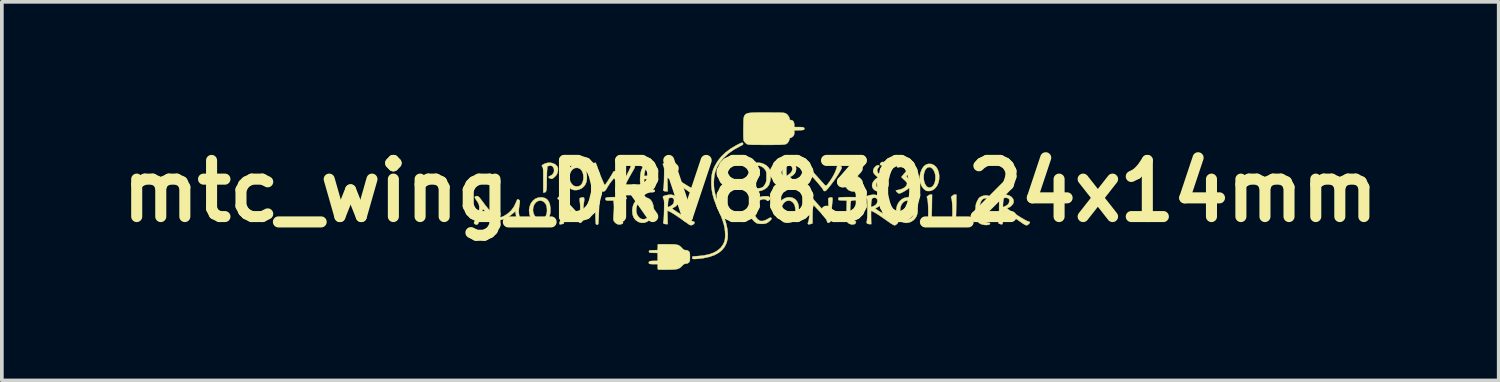
<source format=kicad_pcb>
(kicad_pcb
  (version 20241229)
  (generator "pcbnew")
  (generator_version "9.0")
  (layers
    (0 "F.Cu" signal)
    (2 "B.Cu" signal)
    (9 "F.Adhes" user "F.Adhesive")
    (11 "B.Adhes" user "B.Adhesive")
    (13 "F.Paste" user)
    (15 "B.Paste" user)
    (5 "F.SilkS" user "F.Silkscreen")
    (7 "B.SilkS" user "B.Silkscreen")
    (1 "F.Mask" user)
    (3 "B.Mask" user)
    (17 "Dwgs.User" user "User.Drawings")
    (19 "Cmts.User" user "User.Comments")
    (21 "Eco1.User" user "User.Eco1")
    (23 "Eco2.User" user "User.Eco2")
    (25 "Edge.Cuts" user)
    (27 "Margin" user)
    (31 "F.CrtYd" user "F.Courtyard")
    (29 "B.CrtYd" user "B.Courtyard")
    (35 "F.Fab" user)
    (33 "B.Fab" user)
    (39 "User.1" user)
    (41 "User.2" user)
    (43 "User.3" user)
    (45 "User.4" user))
  (footprint "mtc_wing_DRV8830_24x14mm"
    (layer "F.Cu")
    (at 17.316 2.139)
    (property "Reference" "mtc_wing_DRV8830_24x14mm" (at 0 0 0) (layer "F.SilkS") (effects (font (size 1.524 1.524) (thickness 0.3))))
    (attr through_hole)
    (fp_poly (pts (xy -4.114 0.14) (xy -4.097 0.153) (xy -4.091 0.171) (xy -4.093 0.205) (xy -4.094 0.214) (xy -4.096 0.243) (xy -4.099 0.294) (xy -4.102 0.361) (xy -4.105 0.44) (xy -4.108 0.527) (xy -4.11 0.578) (xy -4.113 0.664) (xy -4.116 0.742) (xy -4.12 0.809) (xy -4.124 0.859) (xy -4.128 0.89) (xy -4.131 0.899) (xy -4.155 0.913) (xy -4.179 0.905) (xy -4.189 0.892) (xy -4.193 0.874) (xy -4.196 0.833) (xy -4.2 0.776) (xy -4.203 0.704) (xy -4.205 0.623) (xy -4.206 0.576) (xy -4.208 0.472) (xy -4.211 0.392) (xy -4.215 0.333) (xy -4.219 0.293) (xy -4.224 0.269) (xy -4.228 0.262) (xy -4.239 0.231) (xy -4.229 0.196) (xy -4.2 0.163) (xy -4.185 0.153) (xy -4.153 0.136) (xy -4.13 0.134) (xy -4.114 0.14)) (stroke (width 0.01) (type solid)) (fill yes) (layer "F.SilkS"))
    (fp_poly (pts (xy 4.934 0.095) (xy 4.93 0.375) (xy 4.929 0.462) (xy 4.927 0.544) (xy 4.925 0.618) (xy 4.923 0.678) (xy 4.92 0.719) (xy 4.92 0.727) (xy 4.912 0.8) (xy 5.005 0.8) (xy 5.067 0.798) (xy 5.133 0.792) (xy 5.178 0.786) (xy 5.223 0.78) (xy 5.256 0.779) (xy 5.27 0.783) (xy 5.274 0.801) (xy 5.268 0.831) (xy 5.266 0.837) (xy 5.251 0.88) (xy 5.044 0.881) (xy 4.836 0.883) (xy 4.819 0.851) (xy 4.809 0.82) (xy 4.817 0.794) (xy 4.818 0.793) (xy 4.823 0.77) (xy 4.828 0.726) (xy 4.83 0.667) (xy 4.831 0.597) (xy 4.831 0.52) (xy 4.829 0.443) (xy 4.826 0.369) (xy 4.821 0.303) (xy 4.816 0.251) (xy 4.81 0.219) (xy 4.791 0.152) (xy 4.83 0.12) (xy 4.871 0.095) (xy 4.901 0.091) (xy 4.934 0.095)) (stroke (width 0.01) (type solid)) (fill yes) (layer "F.SilkS"))
    (fp_poly (pts (xy 5.594 0.095) (xy 5.591 0.368) (xy 5.589 0.455) (xy 5.587 0.538) (xy 5.585 0.613) (xy 5.583 0.673) (xy 5.58 0.715) (xy 5.58 0.721) (xy 5.572 0.8) (xy 5.665 0.8) (xy 5.727 0.798) (xy 5.793 0.792) (xy 5.839 0.786) (xy 5.883 0.78) (xy 5.917 0.779) (xy 5.931 0.783) (xy 5.934 0.801) (xy 5.928 0.831) (xy 5.927 0.837) (xy 5.912 0.88) (xy 5.704 0.881) (xy 5.627 0.882) (xy 5.571 0.881) (xy 5.533 0.88) (xy 5.508 0.877) (xy 5.493 0.871) (xy 5.483 0.863) (xy 5.476 0.853) (xy 5.464 0.826) (xy 5.469 0.802) (xy 5.471 0.799) (xy 5.478 0.776) (xy 5.482 0.732) (xy 5.485 0.673) (xy 5.487 0.603) (xy 5.487 0.527) (xy 5.486 0.449) (xy 5.483 0.375) (xy 5.479 0.31) (xy 5.473 0.258) (xy 5.468 0.228) (xy 5.449 0.159) (xy 5.488 0.123) (xy 5.528 0.096) (xy 5.56 0.091) (xy 5.594 0.095)) (stroke (width 0.01) (type solid)) (fill yes) (layer "F.SilkS"))
    (fp_poly (pts (xy -4.611 -0.713) (xy -4.547 -0.681) (xy -4.496 -0.628) (xy -4.46 -0.556) (xy -4.439 -0.465) (xy -4.435 -0.417) (xy -4.436 -0.322) (xy -4.451 -0.243) (xy -4.481 -0.176) (xy -4.51 -0.136) (xy -4.566 -0.084) (xy -4.635 -0.049) (xy -4.71 -0.03) (xy -4.784 -0.03) (xy -4.845 -0.048) (xy -4.913 -0.094) (xy -4.965 -0.157) (xy -4.999 -0.235) (xy -5.014 -0.326) (xy -5.013 -0.387) (xy -5.009 -0.408) (xy -4.908 -0.408) (xy -4.907 -0.339) (xy -4.888 -0.268) (xy -4.876 -0.24) (xy -4.834 -0.179) (xy -4.783 -0.142) (xy -4.723 -0.127) (xy -4.716 -0.127) (xy -4.671 -0.132) (xy -4.63 -0.144) (xy -4.621 -0.149) (xy -4.58 -0.187) (xy -4.551 -0.242) (xy -4.534 -0.308) (xy -4.528 -0.38) (xy -4.535 -0.452) (xy -4.554 -0.518) (xy -4.585 -0.573) (xy -4.625 -0.609) (xy -4.683 -0.632) (xy -4.738 -0.633) (xy -4.789 -0.615) (xy -4.834 -0.58) (xy -4.87 -0.532) (xy -4.895 -0.474) (xy -4.908 -0.408) (xy -5.009 -0.408) (xy -4.995 -0.485) (xy -4.959 -0.568) (xy -4.907 -0.636) (xy -4.841 -0.686) (xy -4.762 -0.716) (xy -4.689 -0.724) (xy -4.611 -0.713)) (stroke (width 0.01) (type solid)) (fill yes) (layer "F.SilkS"))
    (fp_poly (pts (xy 4.901 -0.74) (xy 4.92 -0.736) (xy 4.988 -0.706) (xy 5.045 -0.655) (xy 5.088 -0.586) (xy 5.117 -0.501) (xy 5.128 -0.418) (xy 5.125 -0.318) (xy 5.105 -0.227) (xy 5.07 -0.148) (xy 5.021 -0.083) (xy 4.962 -0.036) (xy 4.892 -0.008) (xy 4.858 -0.004) (xy 4.816 -0.004) (xy 4.78 -0.01) (xy 4.769 -0.014) (xy 4.703 -0.066) (xy 4.652 -0.136) (xy 4.618 -0.218) (xy 4.6 -0.309) (xy 4.6 -0.402) (xy 4.705 -0.402) (xy 4.709 -0.317) (xy 4.726 -0.237) (xy 4.741 -0.199) (xy 4.776 -0.14) (xy 4.818 -0.106) (xy 4.865 -0.096) (xy 4.917 -0.111) (xy 4.937 -0.122) (xy 4.972 -0.158) (xy 5 -0.212) (xy 5.018 -0.279) (xy 5.026 -0.354) (xy 5.023 -0.429) (xy 5.011 -0.487) (xy 4.984 -0.556) (xy 4.947 -0.608) (xy 4.905 -0.641) (xy 4.861 -0.654) (xy 4.816 -0.645) (xy 4.774 -0.613) (xy 4.739 -0.556) (xy 4.716 -0.483) (xy 4.705 -0.402) (xy 4.6 -0.402) (xy 4.6 -0.405) (xy 4.618 -0.501) (xy 4.656 -0.595) (xy 4.659 -0.601) (xy 4.707 -0.671) (xy 4.764 -0.717) (xy 4.829 -0.74) (xy 4.901 -0.74)) (stroke (width 0.01) (type solid)) (fill yes) (layer "F.SilkS"))
    (fp_poly (pts (xy -2.833 0.171) (xy -2.762 0.194) (xy -2.704 0.237) (xy -2.662 0.301) (xy -2.634 0.382) (xy -2.623 0.482) (xy -2.623 0.495) (xy -2.627 0.584) (xy -2.643 0.654) (xy -2.671 0.712) (xy -2.716 0.765) (xy -2.73 0.778) (xy -2.803 0.831) (xy -2.878 0.858) (xy -2.954 0.86) (xy -3.032 0.837) (xy -3.044 0.831) (xy -3.113 0.784) (xy -3.163 0.721) (xy -3.193 0.641) (xy -3.204 0.546) (xy -3.2 0.491) (xy -3.096 0.491) (xy -3.093 0.569) (xy -3.072 0.637) (xy -3.038 0.693) (xy -2.993 0.734) (xy -2.941 0.758) (xy -2.883 0.762) (xy -2.824 0.744) (xy -2.809 0.736) (xy -2.765 0.695) (xy -2.735 0.636) (xy -2.72 0.561) (xy -2.718 0.527) (xy -2.724 0.444) (xy -2.741 0.378) (xy -2.774 0.323) (xy -2.788 0.307) (xy -2.816 0.279) (xy -2.841 0.265) (xy -2.874 0.261) (xy -2.898 0.26) (xy -2.967 0.271) (xy -3.022 0.302) (xy -3.062 0.354) (xy -3.087 0.426) (xy -3.096 0.491) (xy -3.2 0.491) (xy -3.196 0.444) (xy -3.169 0.355) (xy -3.125 0.281) (xy -3.065 0.223) (xy -2.99 0.185) (xy -2.917 0.169) (xy -2.833 0.171)) (stroke (width 0.01) (type solid)) (fill yes) (layer "F.SilkS"))
    (fp_poly (pts (xy -2.651 -0.771) (xy -2.625 -0.758) (xy -2.616 -0.734) (xy -2.616 -0.73) (xy -2.619 -0.714) (xy -2.63 -0.705) (xy -2.656 -0.699) (xy -2.692 -0.696) (xy -2.751 -0.685) (xy -2.796 -0.661) (xy -2.83 -0.621) (xy -2.855 -0.561) (xy -2.874 -0.48) (xy -2.876 -0.464) (xy -2.884 -0.413) (xy -2.768 -0.417) (xy -2.7 -0.418) (xy -2.657 -0.413) (xy -2.635 -0.404) (xy -2.633 -0.389) (xy -2.65 -0.367) (xy -2.67 -0.353) (xy -2.699 -0.343) (xy -2.743 -0.337) (xy -2.781 -0.334) (xy -2.886 -0.326) (xy -2.877 -0.262) (xy -2.856 -0.181) (xy -2.818 -0.117) (xy -2.764 -0.07) (xy -2.698 -0.044) (xy -2.645 -0.038) (xy -2.61 -0.036) (xy -2.594 -0.029) (xy -2.591 -0.013) (xy -2.595 0.01) (xy -2.6 0.017) (xy -2.63 0.025) (xy -2.675 0.03) (xy -2.725 0.029) (xy -2.757 0.025) (xy -2.84 0.000474) (xy -2.906 -0.043) (xy -2.954 -0.104) (xy -2.974 -0.149) (xy -2.985 -0.201) (xy -2.991 -0.27) (xy -2.991 -0.348) (xy -2.985 -0.428) (xy -2.975 -0.503) (xy -2.96 -0.564) (xy -2.922 -0.649) (xy -2.873 -0.712) (xy -2.811 -0.753) (xy -2.737 -0.773) (xy -2.698 -0.775) (xy -2.651 -0.771)) (stroke (width 0.01) (type solid)) (fill yes) (layer "F.SilkS"))
    (fp_poly (pts (xy 1.151 0.181) (xy 1.214 0.217) (xy 1.224 0.226) (xy 1.267 0.277) (xy 1.296 0.337) (xy 1.313 0.411) (xy 1.318 0.47) (xy 1.318 0.557) (xy 1.309 0.627) (xy 1.287 0.686) (xy 1.253 0.739) (xy 1.197 0.796) (xy 1.128 0.836) (xy 1.054 0.858) (xy 0.978 0.86) (xy 0.908 0.841) (xy 0.907 0.84) (xy 0.843 0.797) (xy 0.794 0.737) (xy 0.76 0.665) (xy 0.741 0.585) (xy 0.74 0.542) (xy 0.847 0.542) (xy 0.863 0.615) (xy 0.897 0.681) (xy 0.94 0.729) (xy 0.989 0.754) (xy 1.047 0.763) (xy 1.104 0.753) (xy 1.13 0.741) (xy 1.159 0.716) (xy 1.187 0.681) (xy 1.195 0.668) (xy 1.216 0.611) (xy 1.225 0.541) (xy 1.222 0.466) (xy 1.208 0.395) (xy 1.197 0.365) (xy 1.16 0.309) (xy 1.112 0.272) (xy 1.057 0.255) (xy 0.999 0.261) (xy 0.951 0.283) (xy 0.9 0.332) (xy 0.865 0.395) (xy 0.847 0.467) (xy 0.847 0.542) (xy 0.74 0.542) (xy 0.739 0.502) (xy 0.753 0.418) (xy 0.783 0.34) (xy 0.831 0.27) (xy 0.863 0.238) (xy 0.931 0.194) (xy 1.005 0.169) (xy 1.08 0.165) (xy 1.151 0.181)) (stroke (width 0.01) (type solid)) (fill yes) (layer "F.SilkS"))
    (fp_poly (pts (xy 2.787 0.162) (xy 2.853 0.164) (xy 2.908 0.167) (xy 2.947 0.17) (xy 2.968 0.175) (xy 2.969 0.176) (xy 2.967 0.203) (xy 2.94 0.224) (xy 2.89 0.24) (xy 2.833 0.248) (xy 2.783 0.252) (xy 2.753 0.258) (xy 2.737 0.266) (xy 2.729 0.279) (xy 2.725 0.296) (xy 2.722 0.322) (xy 2.718 0.368) (xy 2.715 0.428) (xy 2.711 0.498) (xy 2.709 0.541) (xy 2.701 0.747) (xy 2.734 0.78) (xy 2.769 0.805) (xy 2.812 0.813) (xy 2.819 0.813) (xy 2.853 0.815) (xy 2.868 0.824) (xy 2.87 0.835) (xy 2.859 0.87) (xy 2.828 0.895) (xy 2.784 0.905) (xy 2.737 0.902) (xy 2.675 0.878) (xy 2.631 0.836) (xy 2.625 0.827) (xy 2.619 0.812) (xy 2.614 0.791) (xy 2.611 0.76) (xy 2.61 0.716) (xy 2.61 0.656) (xy 2.612 0.575) (xy 2.613 0.524) (xy 2.62 0.255) (xy 2.507 0.251) (xy 2.453 0.249) (xy 2.419 0.246) (xy 2.401 0.241) (xy 2.393 0.231) (xy 2.39 0.218) (xy 2.391 0.189) (xy 2.398 0.175) (xy 2.414 0.171) (xy 2.452 0.167) (xy 2.505 0.164) (xy 2.569 0.162) (xy 2.641 0.161) (xy 2.715 0.161) (xy 2.787 0.162)) (stroke (width 0.01) (type solid)) (fill yes) (layer "F.SilkS"))
    (fp_poly (pts (xy -5.652 0.168) (xy -5.576 0.186) (xy -5.515 0.224) (xy -5.47 0.283) (xy -5.44 0.361) (xy -5.426 0.46) (xy -5.425 0.47) (xy -5.425 0.557) (xy -5.435 0.627) (xy -5.457 0.686) (xy -5.491 0.739) (xy -5.549 0.797) (xy -5.619 0.837) (xy -5.696 0.858) (xy -5.774 0.858) (xy -5.823 0.845) (xy -5.886 0.81) (xy -5.938 0.754) (xy -5.976 0.684) (xy -5.999 0.603) (xy -6.005 0.519) (xy -5.9 0.519) (xy -5.886 0.599) (xy -5.851 0.671) (xy -5.817 0.714) (xy -5.785 0.743) (xy -5.757 0.757) (xy -5.722 0.762) (xy -5.709 0.762) (xy -5.664 0.757) (xy -5.624 0.746) (xy -5.613 0.741) (xy -5.585 0.717) (xy -5.556 0.681) (xy -5.548 0.668) (xy -5.527 0.612) (xy -5.518 0.542) (xy -5.52 0.469) (xy -5.532 0.4) (xy -5.548 0.358) (xy -5.589 0.303) (xy -5.639 0.269) (xy -5.694 0.255) (xy -5.751 0.263) (xy -5.805 0.292) (xy -5.851 0.342) (xy -5.863 0.361) (xy -5.892 0.438) (xy -5.9 0.519) (xy -6.005 0.519) (xy -6.005 0.515) (xy -6.004 0.503) (xy -5.986 0.406) (xy -5.95 0.323) (xy -5.898 0.255) (xy -5.833 0.205) (xy -5.756 0.175) (xy -5.671 0.167) (xy -5.652 0.168)) (stroke (width 0.01) (type solid)) (fill yes) (layer "F.SilkS"))
    (fp_poly (pts (xy 4.343 0.172) (xy 4.411 0.199) (xy 4.466 0.247) (xy 4.508 0.314) (xy 4.535 0.398) (xy 4.544 0.469) (xy 4.544 0.553) (xy 4.532 0.623) (xy 4.507 0.688) (xy 4.484 0.726) (xy 4.435 0.783) (xy 4.373 0.826) (xy 4.302 0.853) (xy 4.229 0.862) (xy 4.159 0.852) (xy 4.14 0.844) (xy 4.072 0.8) (xy 4.019 0.738) (xy 3.982 0.662) (xy 3.964 0.576) (xy 3.964 0.495) (xy 4.068 0.495) (xy 4.074 0.572) (xy 4.076 0.581) (xy 4.092 0.634) (xy 4.118 0.676) (xy 4.146 0.708) (xy 4.179 0.739) (xy 4.205 0.755) (xy 4.235 0.761) (xy 4.265 0.762) (xy 4.31 0.759) (xy 4.343 0.747) (xy 4.374 0.723) (xy 4.409 0.685) (xy 4.431 0.639) (xy 4.442 0.581) (xy 4.443 0.506) (xy 4.442 0.491) (xy 4.434 0.411) (xy 4.416 0.352) (xy 4.389 0.308) (xy 4.352 0.279) (xy 4.295 0.256) (xy 4.238 0.256) (xy 4.186 0.275) (xy 4.141 0.312) (xy 4.104 0.362) (xy 4.079 0.425) (xy 4.068 0.495) (xy 3.964 0.495) (xy 3.964 0.483) (xy 3.982 0.397) (xy 4.013 0.329) (xy 4.061 0.265) (xy 4.119 0.215) (xy 4.18 0.184) (xy 4.266 0.166) (xy 4.343 0.172)) (stroke (width 0.01) (type solid)) (fill yes) (layer "F.SilkS"))
    (fp_poly (pts (xy -5.353 -0.756) (xy -5.291 -0.725) (xy -5.247 -0.68) (xy -5.229 -0.649) (xy -5.221 -0.618) (xy -5.221 -0.576) (xy -5.222 -0.56) (xy -5.235 -0.492) (xy -5.266 -0.433) (xy -5.319 -0.379) (xy -5.341 -0.361) (xy -5.37 -0.34) (xy -5.392 -0.334) (xy -5.418 -0.339) (xy -5.433 -0.345) (xy -5.468 -0.364) (xy -5.478 -0.383) (xy -5.464 -0.4) (xy -5.442 -0.41) (xy -5.385 -0.44) (xy -5.346 -0.485) (xy -5.326 -0.54) (xy -5.33 -0.602) (xy -5.334 -0.616) (xy -5.359 -0.664) (xy -5.395 -0.689) (xy -5.442 -0.692) (xy -5.46 -0.688) (xy -5.508 -0.673) (xy -5.516 -0.576) (xy -5.519 -0.53) (xy -5.521 -0.465) (xy -5.523 -0.388) (xy -5.524 -0.307) (xy -5.525 -0.255) (xy -5.525 -0.162) (xy -5.528 -0.091) (xy -5.533 -0.039) (xy -5.541 -0.004) (xy -5.553 0.019) (xy -5.569 0.031) (xy -5.588 0.035) (xy -5.62 0.039) (xy -5.62 -0.297) (xy -5.62 -0.398) (xy -5.62 -0.478) (xy -5.621 -0.538) (xy -5.623 -0.582) (xy -5.626 -0.612) (xy -5.63 -0.633) (xy -5.635 -0.647) (xy -5.642 -0.657) (xy -5.644 -0.659) (xy -5.658 -0.681) (xy -5.654 -0.701) (xy -5.631 -0.72) (xy -5.586 -0.743) (xy -5.572 -0.749) (xy -5.499 -0.77) (xy -5.424 -0.772) (xy -5.353 -0.756)) (stroke (width 0.01) (type solid)) (fill yes) (layer "F.SilkS"))
    (fp_poly (pts (xy -3.535 0.162) (xy -3.462 0.163) (xy -3.41 0.166) (xy -3.376 0.171) (xy -3.358 0.177) (xy -3.353 0.187) (xy -3.359 0.201) (xy -3.371 0.215) (xy -3.393 0.23) (xy -3.43 0.24) (xy -3.487 0.247) (xy -3.492 0.248) (xy -3.591 0.256) (xy -3.599 0.335) (xy -3.602 0.377) (xy -3.604 0.437) (xy -3.607 0.505) (xy -3.608 0.576) (xy -3.609 0.643) (xy -3.609 0.698) (xy -3.608 0.733) (xy -3.595 0.77) (xy -3.562 0.798) (xy -3.517 0.812) (xy -3.503 0.813) (xy -3.471 0.815) (xy -3.457 0.824) (xy -3.454 0.844) (xy -3.459 0.871) (xy -3.468 0.883) (xy -3.504 0.897) (xy -3.55 0.905) (xy -3.581 0.904) (xy -3.629 0.886) (xy -3.673 0.851) (xy -3.703 0.811) (xy -3.711 0.792) (xy -3.715 0.768) (xy -3.716 0.735) (xy -3.714 0.686) (xy -3.709 0.619) (xy -3.704 0.546) (xy -3.701 0.469) (xy -3.701 0.4) (xy -3.703 0.359) (xy -3.712 0.254) (xy -3.817 0.254) (xy -3.868 0.254) (xy -3.9 0.251) (xy -3.917 0.245) (xy -3.926 0.235) (xy -3.929 0.226) (xy -3.932 0.206) (xy -3.93 0.191) (xy -3.918 0.179) (xy -3.894 0.171) (xy -3.856 0.166) (xy -3.8 0.163) (xy -3.724 0.162) (xy -3.631 0.162) (xy -3.535 0.162)) (stroke (width 0.01) (type solid)) (fill yes) (layer "F.SilkS"))
    (fp_poly (pts (xy 0.461 0.136) (xy 0.493 0.142) (xy 0.516 0.155) (xy 0.519 0.158) (xy 0.542 0.184) (xy 0.542 0.209) (xy 0.519 0.237) (xy 0.517 0.239) (xy 0.488 0.262) (xy 0.465 0.263) (xy 0.441 0.245) (xy 0.438 0.241) (xy 0.403 0.221) (xy 0.357 0.216) (xy 0.304 0.227) (xy 0.252 0.25) (xy 0.206 0.286) (xy 0.186 0.308) (xy 0.139 0.387) (xy 0.112 0.472) (xy 0.105 0.557) (xy 0.119 0.637) (xy 0.127 0.658) (xy 0.16 0.715) (xy 0.202 0.764) (xy 0.248 0.798) (xy 0.274 0.808) (xy 0.336 0.81) (xy 0.407 0.789) (xy 0.473 0.755) (xy 0.514 0.731) (xy 0.539 0.719) (xy 0.554 0.718) (xy 0.567 0.727) (xy 0.569 0.728) (xy 0.578 0.741) (xy 0.576 0.755) (xy 0.561 0.775) (xy 0.532 0.804) (xy 0.485 0.844) (xy 0.438 0.87) (xy 0.425 0.875) (xy 0.371 0.885) (xy 0.308 0.888) (xy 0.247 0.885) (xy 0.196 0.877) (xy 0.171 0.868) (xy 0.107 0.822) (xy 0.055 0.763) (xy 0.029 0.712) (xy 0.015 0.657) (xy 0.008 0.587) (xy 0.009 0.513) (xy 0.017 0.445) (xy 0.025 0.413) (xy 0.063 0.329) (xy 0.121 0.255) (xy 0.193 0.195) (xy 0.275 0.155) (xy 0.282 0.153) (xy 0.321 0.144) (xy 0.372 0.138) (xy 0.411 0.136) (xy 0.461 0.136)) (stroke (width 0.01) (type solid)) (fill yes) (layer "F.SilkS"))
    (fp_poly (pts (xy 6.435 0.115) (xy 6.466 0.126) (xy 6.475 0.137) (xy 6.483 0.165) (xy 6.469 0.183) (xy 6.433 0.19) (xy 6.42 0.191) (xy 6.377 0.193) (xy 6.339 0.201) (xy 6.332 0.203) (xy 6.293 0.231) (xy 6.261 0.281) (xy 6.235 0.353) (xy 6.219 0.432) (xy 6.213 0.476) (xy 6.327 0.472) (xy 6.394 0.471) (xy 6.437 0.476) (xy 6.459 0.485) (xy 6.459 0.501) (xy 6.443 0.522) (xy 6.423 0.536) (xy 6.394 0.546) (xy 6.35 0.552) (xy 6.312 0.555) (xy 6.208 0.563) (xy 6.216 0.621) (xy 6.232 0.687) (xy 6.26 0.747) (xy 6.295 0.795) (xy 6.321 0.816) (xy 6.358 0.831) (xy 6.406 0.843) (xy 6.431 0.847) (xy 6.478 0.856) (xy 6.505 0.869) (xy 6.509 0.886) (xy 6.498 0.899) (xy 6.464 0.913) (xy 6.412 0.919) (xy 6.348 0.915) (xy 6.343 0.914) (xy 6.265 0.895) (xy 6.205 0.861) (xy 6.16 0.81) (xy 6.127 0.743) (xy 6.118 0.713) (xy 6.112 0.678) (xy 6.109 0.632) (xy 6.11 0.57) (xy 6.111 0.524) (xy 6.114 0.454) (xy 6.118 0.402) (xy 6.124 0.363) (xy 6.133 0.33) (xy 6.147 0.296) (xy 6.151 0.286) (xy 6.173 0.243) (xy 6.194 0.205) (xy 6.208 0.186) (xy 6.242 0.159) (xy 6.288 0.137) (xy 6.34 0.121) (xy 6.391 0.114) (xy 6.435 0.115)) (stroke (width 0.01) (type solid)) (fill yes) (layer "F.SilkS"))
    (fp_poly (pts (xy 1.534 -0.764) (xy 1.545 -0.742) (xy 1.559 -0.712) (xy 1.59 -0.665) (xy 1.636 -0.605) (xy 1.697 -0.531) (xy 1.77 -0.446) (xy 1.834 -0.375) (xy 1.883 -0.321) (xy 1.929 -0.27) (xy 1.969 -0.225) (xy 1.998 -0.193) (xy 2.004 -0.186) (xy 2.025 -0.163) (xy 2.042 -0.151) (xy 2.058 -0.151) (xy 2.078 -0.166) (xy 2.105 -0.197) (xy 2.142 -0.246) (xy 2.156 -0.265) (xy 2.21 -0.344) (xy 2.26 -0.43) (xy 2.302 -0.515) (xy 2.332 -0.592) (xy 2.34 -0.62) (xy 2.355 -0.67) (xy 2.37 -0.697) (xy 2.39 -0.705) (xy 2.418 -0.698) (xy 2.434 -0.691) (xy 2.469 -0.669) (xy 2.482 -0.646) (xy 2.482 -0.639) (xy 2.474 -0.611) (xy 2.453 -0.569) (xy 2.422 -0.514) (xy 2.382 -0.45) (xy 2.336 -0.38) (xy 2.287 -0.308) (xy 2.236 -0.237) (xy 2.185 -0.17) (xy 2.138 -0.109) (xy 2.096 -0.06) (xy 2.061 -0.023) (xy 2.037 -0.004) (xy 2.028 -0.001) (xy 2.002 -0.007) (xy 1.997 -0.008) (xy 1.982 -0.025) (xy 1.981 -0.031) (xy 1.973 -0.048) (xy 1.95 -0.081) (xy 1.914 -0.127) (xy 1.869 -0.182) (xy 1.817 -0.243) (xy 1.76 -0.309) (xy 1.701 -0.375) (xy 1.642 -0.438) (xy 1.587 -0.497) (xy 1.559 -0.524) (xy 1.506 -0.578) (xy 1.463 -0.626) (xy 1.43 -0.664) (xy 1.412 -0.69) (xy 1.41 -0.698) (xy 1.42 -0.719) (xy 1.446 -0.743) (xy 1.479 -0.764) (xy 1.51 -0.774) (xy 1.516 -0.775) (xy 1.534 -0.764)) (stroke (width 0.01) (type solid)) (fill yes) (layer "F.SilkS"))
    (fp_poly (pts (xy 4.064 -0.769) (xy 4.111 -0.761) (xy 4.169 -0.746) (xy 4.231 -0.727) (xy 4.288 -0.707) (xy 4.333 -0.689) (xy 4.353 -0.678) (xy 4.375 -0.656) (xy 4.38 -0.628) (xy 4.366 -0.59) (xy 4.334 -0.54) (xy 4.312 -0.512) (xy 4.28 -0.471) (xy 4.256 -0.434) (xy 4.243 -0.41) (xy 4.242 -0.404) (xy 4.251 -0.385) (xy 4.274 -0.357) (xy 4.297 -0.334) (xy 4.331 -0.302) (xy 4.358 -0.271) (xy 4.368 -0.255) (xy 4.377 -0.212) (xy 4.364 -0.163) (xy 4.331 -0.111) (xy 4.3 -0.078) (xy 4.263 -0.049) (xy 4.214 -0.017) (xy 4.162 0.014) (xy 4.111 0.04) (xy 4.068 0.058) (xy 4.041 0.064) (xy 4.018 0.055) (xy 3.989 0.033) (xy 3.984 0.028) (xy 3.962 0.003) (xy 3.95 -0.014) (xy 3.95 -0.016) (xy 3.961 -0.022) (xy 3.99 -0.029) (xy 4.01 -0.032) (xy 4.087 -0.05) (xy 4.154 -0.079) (xy 4.207 -0.115) (xy 4.241 -0.157) (xy 4.254 -0.201) (xy 4.255 -0.203) (xy 4.25 -0.227) (xy 4.234 -0.252) (xy 4.203 -0.285) (xy 4.178 -0.307) (xy 4.143 -0.339) (xy 4.116 -0.366) (xy 4.103 -0.381) (xy 4.102 -0.383) (xy 4.11 -0.396) (xy 4.131 -0.422) (xy 4.16 -0.456) (xy 4.163 -0.459) (xy 4.21 -0.514) (xy 4.245 -0.557) (xy 4.264 -0.588) (xy 4.267 -0.599) (xy 4.256 -0.608) (xy 4.227 -0.62) (xy 4.186 -0.633) (xy 4.141 -0.646) (xy 4.1 -0.655) (xy 4.062 -0.656) (xy 4.031 -0.65) (xy 4.029 -0.649) (xy 4.001 -0.643) (xy 3.984 -0.657) (xy 3.98 -0.689) (xy 3.987 -0.726) (xy 4.002 -0.778) (xy 4.064 -0.769)) (stroke (width 0.01) (type solid)) (fill yes) (layer "F.SilkS"))
    (fp_poly (pts (xy -2.157 1.442) (xy -2.08 1.444) (xy -2.021 1.449) (xy -1.976 1.458) (xy -1.94 1.472) (xy -1.909 1.491) (xy -1.879 1.518) (xy -1.85 1.548) (xy -1.819 1.58) (xy -1.793 1.595) (xy -1.762 1.6) (xy -1.752 1.6) (xy -1.706 1.607) (xy -1.671 1.63) (xy -1.669 1.631) (xy -1.655 1.648) (xy -1.646 1.666) (xy -1.641 1.693) (xy -1.639 1.733) (xy -1.638 1.784) (xy -1.639 1.842) (xy -1.641 1.88) (xy -1.647 1.905) (xy -1.656 1.923) (xy -1.669 1.937) (xy -1.709 1.963) (xy -1.748 1.968) (xy -1.779 1.972) (xy -1.807 1.986) (xy -1.839 2.014) (xy -1.847 2.023) (xy -1.88 2.056) (xy -1.911 2.081) (xy -1.943 2.1) (xy -1.981 2.113) (xy -2.029 2.121) (xy -2.091 2.127) (xy -2.171 2.13) (xy -2.248 2.131) (xy -2.325 2.132) (xy -2.393 2.132) (xy -2.449 2.131) (xy -2.487 2.129) (xy -2.505 2.126) (xy -2.505 2.126) (xy -2.511 2.109) (xy -2.514 2.075) (xy -2.515 2.049) (xy -2.515 1.981) (xy -2.615 1.981) (xy -2.678 1.98) (xy -2.72 1.976) (xy -2.744 1.968) (xy -2.754 1.955) (xy -2.756 1.944) (xy -2.751 1.92) (xy -2.733 1.905) (xy -2.699 1.896) (xy -2.645 1.893) (xy -2.62 1.892) (xy -2.515 1.892) (xy -2.515 1.677) (xy -2.632 1.674) (xy -2.687 1.672) (xy -2.722 1.669) (xy -2.74 1.664) (xy -2.748 1.655) (xy -2.75 1.642) (xy -2.75 1.638) (xy -2.749 1.623) (xy -2.742 1.614) (xy -2.726 1.608) (xy -2.695 1.605) (xy -2.644 1.603) (xy -2.633 1.603) (xy -2.516 1.599) (xy -2.508 1.441) (xy -2.254 1.441) (xy -2.157 1.442)) (stroke (width 0.01) (type solid)) (fill yes) (layer "F.SilkS"))
    (fp_poly (pts (xy 0.286 -0.765) (xy 0.362 -0.74) (xy 0.431 -0.701) (xy 0.487 -0.651) (xy 0.526 -0.595) (xy 0.528 -0.589) (xy 0.547 -0.52) (xy 0.555 -0.437) (xy 0.551 -0.348) (xy 0.536 -0.261) (xy 0.512 -0.185) (xy 0.503 -0.165) (xy 0.458 -0.105) (xy 0.394 -0.056) (xy 0.315 -0.019) (xy 0.225 0.003) (xy 0.128 0.009) (xy 0.06 0.004) (xy 0.027 -0.009) (xy 0.016 -0.032) (xy 0.029 -0.06) (xy 0.032 -0.064) (xy 0.04 -0.075) (xy 0.046 -0.092) (xy 0.05 -0.118) (xy 0.053 -0.157) (xy 0.054 -0.212) (xy 0.055 -0.235) (xy 0.155 -0.235) (xy 0.155 -0.171) (xy 0.156 -0.124) (xy 0.158 -0.096) (xy 0.159 -0.091) (xy 0.175 -0.08) (xy 0.208 -0.077) (xy 0.249 -0.08) (xy 0.292 -0.089) (xy 0.329 -0.103) (xy 0.34 -0.11) (xy 0.366 -0.136) (xy 0.393 -0.174) (xy 0.406 -0.198) (xy 0.421 -0.229) (xy 0.43 -0.26) (xy 0.436 -0.297) (xy 0.438 -0.346) (xy 0.438 -0.396) (xy 0.438 -0.457) (xy 0.436 -0.499) (xy 0.431 -0.528) (xy 0.422 -0.551) (xy 0.407 -0.575) (xy 0.4 -0.586) (xy 0.356 -0.635) (xy 0.304 -0.67) (xy 0.25 -0.69) (xy 0.202 -0.689) (xy 0.159 -0.678) (xy 0.155 -0.393) (xy 0.155 -0.31) (xy 0.155 -0.235) (xy 0.055 -0.235) (xy 0.055 -0.288) (xy 0.056 -0.327) (xy 0.056 -0.429) (xy 0.054 -0.508) (xy 0.051 -0.568) (xy 0.046 -0.61) (xy 0.038 -0.639) (xy 0.027 -0.656) (xy 0.013 -0.664) (xy 0.011 -0.664) (xy -0.009 -0.679) (xy -0.011 -0.694) (xy 0.004 -0.711) (xy 0.036 -0.729) (xy 0.081 -0.747) (xy 0.132 -0.762) (xy 0.181 -0.771) (xy 0.21 -0.774) (xy 0.286 -0.765)) (stroke (width 0.01) (type solid)) (fill yes) (layer "F.SilkS"))
    (fp_poly (pts (xy -0.207 -1.313) (xy -0.203 -1.308) (xy -0.194 -1.289) (xy -0.196 -1.273) (xy -0.212 -1.256) (xy -0.246 -1.236) (xy -0.289 -1.214) (xy -0.453 -1.123) (xy -0.597 -1.02) (xy -0.72 -0.907) (xy -0.822 -0.786) (xy -0.9 -0.656) (xy -0.949 -0.537) (xy -0.97 -0.454) (xy -0.983 -0.355) (xy -0.99 -0.248) (xy -0.988 -0.141) (xy -0.979 -0.044) (xy -0.978 -0.04) (xy -0.956 0.064) (xy -0.922 0.183) (xy -0.876 0.312) (xy -0.822 0.445) (xy -0.793 0.508) (xy -0.715 0.692) (xy -0.659 0.863) (xy -0.624 1.02) (xy -0.61 1.163) (xy -0.617 1.293) (xy -0.646 1.409) (xy -0.697 1.511) (xy -0.768 1.6) (xy -0.861 1.675) (xy -0.975 1.736) (xy -1.111 1.783) (xy -1.268 1.817) (xy -1.351 1.828) (xy -1.411 1.834) (xy -1.467 1.839) (xy -1.511 1.841) (xy -1.524 1.841) (xy -1.557 1.84) (xy -1.571 1.833) (xy -1.573 1.815) (xy -1.572 1.807) (xy -1.568 1.772) (xy -1.429 1.763) (xy -1.261 1.745) (xy -1.114 1.714) (xy -0.989 1.668) (xy -0.885 1.608) (xy -0.801 1.535) (xy -0.738 1.447) (xy -0.71 1.386) (xy -0.695 1.341) (xy -0.686 1.292) (xy -0.682 1.232) (xy -0.681 1.187) (xy -0.685 1.091) (xy -0.697 0.995) (xy -0.719 0.896) (xy -0.752 0.79) (xy -0.797 0.672) (xy -0.856 0.538) (xy -0.865 0.518) (xy -0.934 0.361) (xy -0.986 0.218) (xy -1.024 0.083) (xy -1.047 -0.046) (xy -1.058 -0.176) (xy -1.059 -0.241) (xy -1.055 -0.355) (xy -1.043 -0.452) (xy -1.022 -0.541) (xy -0.989 -0.628) (xy -0.965 -0.679) (xy -0.886 -0.816) (xy -0.787 -0.941) (xy -0.668 -1.054) (xy -0.526 -1.158) (xy -0.362 -1.254) (xy -0.327 -1.272) (xy -0.274 -1.297) (xy -0.239 -1.311) (xy -0.219 -1.316) (xy -0.207 -1.313)) (stroke (width 0.01) (type solid)) (fill yes) (layer "F.SilkS"))
    (fp_poly (pts (xy 3.641 -0.784) (xy 3.687 -0.754) (xy 3.693 -0.748) (xy 3.736 -0.694) (xy 3.754 -0.64) (xy 3.748 -0.583) (xy 3.717 -0.523) (xy 3.672 -0.469) (xy 3.612 -0.407) (xy 3.661 -0.374) (xy 3.717 -0.325) (xy 3.75 -0.265) (xy 3.759 -0.206) (xy 3.748 -0.136) (xy 3.716 -0.078) (xy 3.667 -0.033) (xy 3.604 -0.003) (xy 3.529 0.01) (xy 3.446 0.003) (xy 3.431 -0.000038) (xy 3.393 -0.016) (xy 3.356 -0.042) (xy 3.35 -0.048) (xy 3.316 -0.097) (xy 3.305 -0.154) (xy 3.305 -0.155) (xy 3.417 -0.155) (xy 3.432 -0.113) (xy 3.464 -0.082) (xy 3.514 -0.066) (xy 3.539 -0.064) (xy 3.581 -0.074) (xy 3.617 -0.101) (xy 3.643 -0.133) (xy 3.661 -0.166) (xy 3.663 -0.172) (xy 3.661 -0.212) (xy 3.64 -0.255) (xy 3.603 -0.296) (xy 3.574 -0.318) (xy 3.529 -0.346) (xy 3.491 -0.31) (xy 3.446 -0.256) (xy 3.422 -0.204) (xy 3.417 -0.155) (xy 3.305 -0.155) (xy 3.315 -0.213) (xy 3.347 -0.272) (xy 3.398 -0.326) (xy 3.408 -0.333) (xy 3.463 -0.375) (xy 3.403 -0.428) (xy 3.358 -0.477) (xy 3.336 -0.523) (xy 3.336 -0.571) (xy 3.348 -0.605) (xy 3.374 -0.646) (xy 3.409 -0.679) (xy 3.445 -0.701) (xy 3.476 -0.706) (xy 3.479 -0.705) (xy 3.5 -0.693) (xy 3.502 -0.675) (xy 3.485 -0.647) (xy 3.473 -0.633) (xy 3.446 -0.586) (xy 3.444 -0.54) (xy 3.467 -0.496) (xy 3.481 -0.481) (xy 3.508 -0.458) (xy 3.528 -0.447) (xy 3.546 -0.452) (xy 3.57 -0.473) (xy 3.604 -0.512) (xy 3.636 -0.56) (xy 3.645 -0.601) (xy 3.637 -0.646) (xy 3.616 -0.68) (xy 3.587 -0.698) (xy 3.578 -0.699) (xy 3.546 -0.704) (xy 3.531 -0.711) (xy 3.52 -0.723) (xy 3.523 -0.742) (xy 3.53 -0.754) (xy 3.558 -0.785) (xy 3.597 -0.795) (xy 3.641 -0.784)) (stroke (width 0.01) (type solid)) (fill yes) (layer "F.SilkS"))
    (fp_poly (pts (xy -2.137 0.096) (xy -2.135 0.096) (xy -2.068 0.116) (xy -2.012 0.15) (xy -1.971 0.195) (xy -1.949 0.246) (xy -1.948 0.295) (xy -1.971 0.354) (xy -2.015 0.405) (xy -2.071 0.44) (xy -2.101 0.455) (xy -2.119 0.468) (xy -2.121 0.471) (xy -2.111 0.481) (xy -2.084 0.501) (xy -2.045 0.528) (xy -2.016 0.547) (xy -1.903 0.619) (xy -1.809 0.678) (xy -1.733 0.726) (xy -1.672 0.762) (xy -1.625 0.788) (xy -1.59 0.806) (xy -1.566 0.816) (xy -1.557 0.818) (xy -1.522 0.832) (xy -1.511 0.853) (xy -1.524 0.881) (xy -1.545 0.901) (xy -1.588 0.923) (xy -1.631 0.921) (xy -1.664 0.904) (xy -1.796 0.809) (xy -1.91 0.73) (xy -2.005 0.665) (xy -2.083 0.615) (xy -2.145 0.577) (xy -2.191 0.552) (xy -2.221 0.54) (xy -2.251 0.531) (xy -2.242 0.895) (xy -2.289 0.894) (xy -2.336 0.887) (xy -2.361 0.87) (xy -2.364 0.841) (xy -2.359 0.828) (xy -2.354 0.804) (xy -2.35 0.757) (xy -2.345 0.693) (xy -2.342 0.612) (xy -2.34 0.521) (xy -2.338 0.429) (xy -2.338 0.404) (xy -2.238 0.404) (xy -2.236 0.424) (xy -2.229 0.431) (xy -2.225 0.432) (xy -2.212 0.426) (xy -2.183 0.412) (xy -2.159 0.399) (xy -2.11 0.365) (xy -2.082 0.325) (xy -2.071 0.273) (xy -2.07 0.254) (xy -2.077 0.212) (xy -2.101 0.187) (xy -2.143 0.178) (xy -2.155 0.178) (xy -2.186 0.181) (xy -2.207 0.191) (xy -2.22 0.214) (xy -2.228 0.253) (xy -2.234 0.31) (xy -2.238 0.367) (xy -2.238 0.404) (xy -2.338 0.404) (xy -2.337 0.359) (xy -2.338 0.307) (xy -2.34 0.269) (xy -2.344 0.242) (xy -2.349 0.223) (xy -2.356 0.207) (xy -2.369 0.175) (xy -2.372 0.15) (xy -2.371 0.148) (xy -2.355 0.135) (xy -2.32 0.121) (xy -2.274 0.109) (xy -2.223 0.1) (xy -2.175 0.095) (xy -2.137 0.096)) (stroke (width 0.01) (type solid)) (fill yes) (layer "F.SilkS"))
    (fp_poly (pts (xy 1.621 0.123) (xy 1.647 0.148) (xy 1.682 0.186) (xy 1.723 0.232) (xy 1.735 0.244) (xy 1.789 0.306) (xy 1.853 0.378) (xy 1.918 0.45) (xy 1.974 0.512) (xy 2.024 0.566) (xy 2.06 0.602) (xy 2.085 0.624) (xy 2.1 0.633) (xy 2.11 0.631) (xy 2.112 0.628) (xy 2.116 0.609) (xy 2.119 0.569) (xy 2.121 0.514) (xy 2.122 0.448) (xy 2.121 0.377) (xy 2.12 0.306) (xy 2.118 0.24) (xy 2.117 0.236) (xy 2.117 0.203) (xy 2.126 0.186) (xy 2.151 0.177) (xy 2.163 0.174) (xy 2.196 0.168) (xy 2.218 0.171) (xy 2.23 0.186) (xy 2.233 0.216) (xy 2.23 0.266) (xy 2.223 0.321) (xy 2.217 0.386) (xy 2.21 0.466) (xy 2.205 0.551) (xy 2.202 0.629) (xy 2.2 0.699) (xy 2.198 0.749) (xy 2.195 0.783) (xy 2.189 0.804) (xy 2.181 0.819) (xy 2.169 0.831) (xy 2.165 0.835) (xy 2.132 0.858) (xy 2.108 0.859) (xy 2.09 0.837) (xy 2.082 0.816) (xy 2.073 0.791) (xy 2.061 0.766) (xy 2.043 0.739) (xy 2.017 0.705) (xy 1.982 0.663) (xy 1.934 0.609) (xy 1.871 0.54) (xy 1.858 0.526) (xy 1.708 0.364) (xy 1.7 0.42) (xy 1.696 0.453) (xy 1.694 0.504) (xy 1.692 0.57) (xy 1.69 0.642) (xy 1.69 0.675) (xy 1.689 0.874) (xy 1.649 0.888) (xy 1.602 0.9) (xy 1.573 0.898) (xy 1.562 0.881) (xy 1.562 0.876) (xy 1.568 0.846) (xy 1.581 0.814) (xy 1.587 0.79) (xy 1.594 0.745) (xy 1.601 0.685) (xy 1.607 0.616) (xy 1.612 0.542) (xy 1.615 0.469) (xy 1.618 0.402) (xy 1.618 0.346) (xy 1.616 0.306) (xy 1.614 0.294) (xy 1.593 0.261) (xy 1.558 0.237) (xy 1.529 0.219) (xy 1.513 0.201) (xy 1.511 0.196) (xy 1.521 0.179) (xy 1.544 0.155) (xy 1.573 0.133) (xy 1.598 0.117) (xy 1.609 0.114) (xy 1.621 0.123)) (stroke (width 0.01) (type solid)) (fill yes) (layer "F.SilkS"))
    (fp_poly (pts (xy -2.137 -0.793) (xy -2.135 -0.793) (xy -2.07 -0.773) (xy -2.013 -0.74) (xy -1.971 -0.697) (xy -1.963 -0.685) (xy -1.947 -0.63) (xy -1.953 -0.574) (xy -1.98 -0.521) (xy -2.025 -0.475) (xy -2.071 -0.449) (xy -2.101 -0.434) (xy -2.119 -0.421) (xy -2.121 -0.418) (xy -2.111 -0.408) (xy -2.084 -0.388) (xy -2.045 -0.361) (xy -2.016 -0.342) (xy -1.903 -0.27) (xy -1.809 -0.211) (xy -1.733 -0.163) (xy -1.672 -0.127) (xy -1.625 -0.101) (xy -1.59 -0.083) (xy -1.566 -0.073) (xy -1.557 -0.071) (xy -1.522 -0.057) (xy -1.511 -0.036) (xy -1.524 -0.008) (xy -1.545 0.012) (xy -1.588 0.034) (xy -1.631 0.032) (xy -1.664 0.015) (xy -1.796 -0.079) (xy -1.908 -0.158) (xy -2.003 -0.222) (xy -2.081 -0.273) (xy -2.142 -0.311) (xy -2.188 -0.336) (xy -2.22 -0.349) (xy -2.221 -0.35) (xy -2.251 -0.358) (xy -2.242 0.006) (xy -2.289 0.005) (xy -2.336 -0.002) (xy -2.361 -0.019) (xy -2.364 -0.048) (xy -2.359 -0.061) (xy -2.354 -0.085) (xy -2.35 -0.132) (xy -2.345 -0.196) (xy -2.342 -0.277) (xy -2.34 -0.368) (xy -2.338 -0.46) (xy -2.338 -0.485) (xy -2.238 -0.485) (xy -2.236 -0.465) (xy -2.229 -0.458) (xy -2.225 -0.457) (xy -2.212 -0.463) (xy -2.183 -0.477) (xy -2.159 -0.49) (xy -2.11 -0.524) (xy -2.082 -0.564) (xy -2.071 -0.616) (xy -2.07 -0.635) (xy -2.077 -0.677) (xy -2.101 -0.702) (xy -2.143 -0.711) (xy -2.155 -0.711) (xy -2.186 -0.708) (xy -2.207 -0.698) (xy -2.22 -0.675) (xy -2.228 -0.636) (xy -2.234 -0.579) (xy -2.238 -0.522) (xy -2.238 -0.485) (xy -2.338 -0.485) (xy -2.337 -0.53) (xy -2.338 -0.582) (xy -2.34 -0.62) (xy -2.344 -0.647) (xy -2.349 -0.666) (xy -2.356 -0.682) (xy -2.369 -0.714) (xy -2.372 -0.739) (xy -2.371 -0.741) (xy -2.355 -0.754) (xy -2.32 -0.768) (xy -2.274 -0.78) (xy -2.223 -0.789) (xy -2.175 -0.794) (xy -2.137 -0.793)) (stroke (width 0.01) (type solid)) (fill yes) (layer "F.SilkS"))
    (fp_poly (pts (xy 1.162 -0.777) (xy 1.206 -0.74) (xy 1.234 -0.686) (xy 1.245 -0.615) (xy 1.245 -0.612) (xy 1.235 -0.537) (xy 1.204 -0.476) (xy 1.152 -0.427) (xy 1.113 -0.404) (xy 1.077 -0.385) (xy 1.23 -0.226) (xy 1.285 -0.169) (xy 1.325 -0.127) (xy 1.351 -0.097) (xy 1.366 -0.076) (xy 1.371 -0.061) (xy 1.37 -0.05) (xy 1.364 -0.04) (xy 1.346 -0.02) (xy 1.327 -0.012) (xy 1.304 -0.018) (xy 1.274 -0.037) (xy 1.235 -0.073) (xy 1.184 -0.127) (xy 1.15 -0.164) (xy 1.092 -0.227) (xy 1.049 -0.273) (xy 1.017 -0.303) (xy 0.994 -0.321) (xy 0.977 -0.329) (xy 0.971 -0.33) (xy 0.969 -0.318) (xy 0.967 -0.286) (xy 0.966 -0.237) (xy 0.965 -0.177) (xy 0.965 -0.165) (xy 0.965 -0.098) (xy 0.964 -0.052) (xy 0.962 -0.023) (xy 0.957 -0.008) (xy 0.95 -0.002) (xy 0.939 -0.001) (xy 0.937 -0.001) (xy 0.9 -0.006) (xy 0.881 -0.013) (xy 0.855 -0.027) (xy 0.846 -0.046) (xy 0.851 -0.078) (xy 0.857 -0.096) (xy 0.865 -0.129) (xy 0.87 -0.18) (xy 0.874 -0.243) (xy 0.877 -0.314) (xy 0.877 -0.388) (xy 0.876 -0.46) (xy 0.874 -0.521) (xy 0.978 -0.521) (xy 0.98 -0.476) (xy 0.983 -0.44) (xy 0.987 -0.421) (xy 0.989 -0.419) (xy 1.004 -0.426) (xy 1.033 -0.444) (xy 1.052 -0.457) (xy 1.102 -0.503) (xy 1.133 -0.554) (xy 1.143 -0.605) (xy 1.132 -0.652) (xy 1.112 -0.68) (xy 1.087 -0.701) (xy 1.068 -0.711) (xy 1.067 -0.711) (xy 1.04 -0.704) (xy 1.009 -0.687) (xy 0.988 -0.668) (xy 0.988 -0.668) (xy 0.983 -0.65) (xy 0.98 -0.614) (xy 0.979 -0.569) (xy 0.978 -0.521) (xy 0.874 -0.521) (xy 0.874 -0.525) (xy 0.87 -0.58) (xy 0.864 -0.618) (xy 0.857 -0.636) (xy 0.842 -0.66) (xy 0.849 -0.688) (xy 0.876 -0.718) (xy 0.919 -0.746) (xy 0.975 -0.771) (xy 1.035 -0.788) (xy 1.104 -0.794) (xy 1.162 -0.777)) (stroke (width 0.01) (type solid)) (fill yes) (layer "F.SilkS"))
    (fp_poly (pts (xy 2.943 -0.779) (xy 2.984 -0.75) (xy 3.018 -0.709) (xy 3.041 -0.663) (xy 3.048 -0.622) (xy 3.044 -0.587) (xy 3.03 -0.554) (xy 3.004 -0.515) (xy 2.961 -0.467) (xy 2.954 -0.46) (xy 2.926 -0.429) (xy 2.913 -0.41) (xy 2.915 -0.399) (xy 2.925 -0.392) (xy 2.99 -0.345) (xy 3.033 -0.29) (xy 3.054 -0.23) (xy 3.053 -0.169) (xy 3.027 -0.108) (xy 3.006 -0.08) (xy 2.944 -0.027) (xy 2.873 0.003) (xy 2.792 0.009) (xy 2.734 0.000369) (xy 2.67 -0.026) (xy 2.624 -0.068) (xy 2.608 -0.098) (xy 2.594 -0.149) (xy 2.596 -0.17) (xy 2.705 -0.17) (xy 2.717 -0.128) (xy 2.747 -0.093) (xy 2.791 -0.07) (xy 2.828 -0.064) (xy 2.863 -0.069) (xy 2.894 -0.087) (xy 2.916 -0.109) (xy 2.949 -0.154) (xy 2.959 -0.19) (xy 2.949 -0.229) (xy 2.922 -0.27) (xy 2.884 -0.307) (xy 2.859 -0.323) (xy 2.831 -0.334) (xy 2.81 -0.329) (xy 2.797 -0.32) (xy 2.757 -0.28) (xy 2.725 -0.234) (xy 2.707 -0.188) (xy 2.705 -0.17) (xy 2.596 -0.17) (xy 2.599 -0.196) (xy 2.623 -0.244) (xy 2.669 -0.297) (xy 2.678 -0.306) (xy 2.75 -0.377) (xy 2.69 -0.433) (xy 2.656 -0.467) (xy 2.638 -0.492) (xy 2.63 -0.518) (xy 2.629 -0.543) (xy 2.634 -0.586) (xy 2.653 -0.622) (xy 2.669 -0.641) (xy 2.71 -0.683) (xy 2.744 -0.704) (xy 2.772 -0.704) (xy 2.774 -0.703) (xy 2.792 -0.686) (xy 2.789 -0.659) (xy 2.768 -0.628) (xy 2.762 -0.622) (xy 2.736 -0.586) (xy 2.734 -0.547) (xy 2.757 -0.506) (xy 2.774 -0.488) (xy 2.801 -0.462) (xy 2.822 -0.447) (xy 2.828 -0.445) (xy 2.848 -0.454) (xy 2.873 -0.48) (xy 2.9 -0.514) (xy 2.921 -0.549) (xy 2.925 -0.559) (xy 2.936 -0.608) (xy 2.93 -0.651) (xy 2.909 -0.682) (xy 2.886 -0.694) (xy 2.841 -0.707) (xy 2.819 -0.722) (xy 2.816 -0.74) (xy 2.82 -0.75) (xy 2.842 -0.776) (xy 2.863 -0.789) (xy 2.901 -0.794) (xy 2.943 -0.779)) (stroke (width 0.01) (type solid)) (fill yes) (layer "F.SilkS"))
    (fp_poly (pts (xy -5.12 0.123) (xy -5.095 0.148) (xy -5.062 0.183) (xy -5.041 0.206) (xy -4.984 0.273) (xy -4.923 0.341) (xy -4.863 0.408) (xy -4.805 0.471) (xy -4.752 0.528) (xy -4.706 0.576) (xy -4.67 0.613) (xy -4.646 0.636) (xy -4.636 0.642) (xy -4.629 0.625) (xy -4.624 0.589) (xy -4.62 0.539) (xy -4.618 0.48) (xy -4.617 0.418) (xy -4.619 0.359) (xy -4.624 0.308) (xy -4.624 0.304) (xy -4.63 0.254) (xy -4.631 0.215) (xy -4.629 0.193) (xy -4.627 0.19) (xy -4.608 0.181) (xy -4.576 0.172) (xy -4.57 0.171) (xy -4.536 0.169) (xy -4.516 0.179) (xy -4.506 0.204) (xy -4.508 0.247) (xy -4.516 0.305) (xy -4.523 0.352) (xy -4.529 0.418) (xy -4.534 0.493) (xy -4.538 0.572) (xy -4.539 0.601) (xy -4.541 0.677) (xy -4.543 0.732) (xy -4.547 0.771) (xy -4.551 0.796) (xy -4.558 0.814) (xy -4.568 0.827) (xy -4.573 0.833) (xy -4.605 0.859) (xy -4.63 0.861) (xy -4.651 0.839) (xy -4.666 0.803) (xy -4.678 0.776) (xy -4.698 0.744) (xy -4.728 0.704) (xy -4.771 0.653) (xy -4.829 0.588) (xy -4.861 0.553) (xy -5.036 0.363) (xy -5.044 0.439) (xy -5.047 0.48) (xy -5.05 0.539) (xy -5.052 0.609) (xy -5.053 0.683) (xy -5.053 0.695) (xy -5.054 0.76) (xy -5.057 0.815) (xy -5.06 0.857) (xy -5.064 0.879) (xy -5.065 0.881) (xy -5.084 0.887) (xy -5.117 0.894) (xy -5.129 0.897) (xy -5.162 0.901) (xy -5.177 0.897) (xy -5.181 0.883) (xy -5.182 0.877) (xy -5.176 0.846) (xy -5.163 0.813) (xy -5.155 0.787) (xy -5.148 0.74) (xy -5.141 0.679) (xy -5.135 0.608) (xy -5.13 0.533) (xy -5.126 0.459) (xy -5.125 0.392) (xy -5.125 0.336) (xy -5.128 0.297) (xy -5.131 0.285) (xy -5.153 0.257) (xy -5.188 0.234) (xy -5.217 0.218) (xy -5.232 0.201) (xy -5.232 0.197) (xy -5.223 0.179) (xy -5.199 0.155) (xy -5.171 0.132) (xy -5.144 0.117) (xy -5.134 0.114) (xy -5.12 0.123)) (stroke (width 0.01) (type solid)) (fill yes) (layer "F.SilkS"))
    (fp_poly (pts (xy 0.302 -2.134) (xy 0.435 -2.134) (xy 0.559 -2.134) (xy 0.66 -2.133) (xy 0.741 -2.133) (xy 0.804 -2.132) (xy 0.852 -2.13) (xy 0.888 -2.128) (xy 0.915 -2.124) (xy 0.935 -2.12) (xy 0.951 -2.115) (xy 0.965 -2.109) (xy 0.966 -2.108) (xy 1.007 -2.077) (xy 1.041 -2.032) (xy 1.063 -1.984) (xy 1.067 -1.956) (xy 1.073 -1.937) (xy 1.095 -1.931) (xy 1.104 -1.93) (xy 1.145 -1.919) (xy 1.175 -1.887) (xy 1.191 -1.837) (xy 1.194 -1.802) (xy 1.194 -1.74) (xy 1.319 -1.74) (xy 1.381 -1.739) (xy 1.422 -1.736) (xy 1.447 -1.73) (xy 1.461 -1.72) (xy 1.461 -1.72) (xy 1.471 -1.695) (xy 1.465 -1.679) (xy 1.454 -1.668) (xy 1.432 -1.661) (xy 1.396 -1.657) (xy 1.34 -1.654) (xy 1.323 -1.654) (xy 1.194 -1.65) (xy 1.194 -1.586) (xy 1.191 -1.543) (xy 1.18 -1.513) (xy 1.157 -1.485) (xy 1.157 -1.485) (xy 1.127 -1.461) (xy 1.1 -1.449) (xy 1.095 -1.448) (xy 1.075 -1.44) (xy 1.063 -1.413) (xy 1.062 -1.405) (xy 1.048 -1.363) (xy 1.027 -1.328) (xy 1.013 -1.311) (xy 0.999 -1.297) (xy 0.983 -1.285) (xy 0.962 -1.276) (xy 0.933 -1.269) (xy 0.895 -1.265) (xy 0.844 -1.261) (xy 0.778 -1.259) (xy 0.695 -1.258) (xy 0.591 -1.257) (xy 0.466 -1.257) (xy 0.436 -1.257) (xy 0.31 -1.257) (xy 0.208 -1.258) (xy 0.126 -1.258) (xy 0.062 -1.259) (xy 0.012 -1.261) (xy -0.024 -1.263) (xy -0.051 -1.266) (xy -0.07 -1.27) (xy -0.084 -1.275) (xy -0.096 -1.281) (xy -0.099 -1.283) (xy -0.134 -1.312) (xy -0.165 -1.348) (xy -0.166 -1.349) (xy -0.173 -1.363) (xy -0.18 -1.379) (xy -0.184 -1.4) (xy -0.187 -1.43) (xy -0.188 -1.471) (xy -0.189 -1.527) (xy -0.189 -1.601) (xy -0.188 -1.698) (xy -0.188 -1.704) (xy -0.187 -1.802) (xy -0.186 -1.884) (xy -0.183 -1.952) (xy -0.175 -2.006) (xy -0.16 -2.048) (xy -0.137 -2.08) (xy -0.103 -2.103) (xy -0.057 -2.118) (xy 0.005 -2.127) (xy 0.084 -2.132) (xy 0.182 -2.134) (xy 0.302 -2.134)) (stroke (width 0.01) (type solid)) (fill yes) (layer "F.SilkS"))
    (fp_poly (pts (xy -4.201 -0.772) (xy -4.192 -0.759) (xy -4.178 -0.726) (xy -4.16 -0.68) (xy -4.146 -0.638) (xy -4.126 -0.58) (xy -4.102 -0.515) (xy -4.075 -0.445) (xy -4.047 -0.375) (xy -4.019 -0.31) (xy -3.994 -0.252) (xy -3.973 -0.205) (xy -3.957 -0.175) (xy -3.949 -0.165) (xy -3.939 -0.175) (xy -3.918 -0.203) (xy -3.89 -0.243) (xy -3.858 -0.292) (xy -3.824 -0.344) (xy -3.791 -0.397) (xy -3.762 -0.445) (xy -3.74 -0.483) (xy -3.735 -0.493) (xy -3.715 -0.527) (xy -3.698 -0.542) (xy -3.676 -0.544) (xy -3.675 -0.544) (xy -3.658 -0.538) (xy -3.643 -0.524) (xy -3.629 -0.495) (xy -3.612 -0.447) (xy -3.59 -0.386) (xy -3.561 -0.318) (xy -3.536 -0.264) (xy -3.49 -0.174) (xy -3.401 -0.344) (xy -3.346 -0.451) (xy -3.301 -0.541) (xy -3.268 -0.611) (xy -3.247 -0.661) (xy -3.239 -0.691) (xy -3.239 -0.694) (xy -3.228 -0.714) (xy -3.219 -0.719) (xy -3.195 -0.718) (xy -3.165 -0.703) (xy -3.139 -0.683) (xy -3.13 -0.669) (xy -3.134 -0.653) (xy -3.149 -0.62) (xy -3.173 -0.574) (xy -3.203 -0.521) (xy -3.208 -0.514) (xy -3.246 -0.448) (xy -3.288 -0.373) (xy -3.33 -0.294) (xy -3.37 -0.217) (xy -3.405 -0.145) (xy -3.433 -0.086) (xy -3.451 -0.042) (xy -3.452 -0.041) (xy -3.467 -0.011) (xy -3.49 -0.000306) (xy -3.497 0) (xy -3.518 -0.003) (xy -3.536 -0.013) (xy -3.552 -0.036) (xy -3.569 -0.075) (xy -3.589 -0.127) (xy -3.613 -0.191) (xy -3.638 -0.25) (xy -3.662 -0.299) (xy -3.682 -0.334) (xy -3.694 -0.348) (xy -3.706 -0.342) (xy -3.729 -0.318) (xy -3.758 -0.282) (xy -3.792 -0.238) (xy -3.827 -0.189) (xy -3.858 -0.141) (xy -3.885 -0.098) (xy -3.895 -0.078) (xy -3.923 -0.033) (xy -3.955 -0.002) (xy -3.986 0.013) (xy -4.012 0.01) (xy -4.03 -0.012) (xy -4.033 -0.022) (xy -4.057 -0.117) (xy -4.096 -0.23) (xy -4.149 -0.36) (xy -4.214 -0.505) (xy -4.242 -0.563) (xy -4.267 -0.618) (xy -4.287 -0.665) (xy -4.299 -0.7) (xy -4.301 -0.717) (xy -4.285 -0.735) (xy -4.256 -0.754) (xy -4.225 -0.768) (xy -4.202 -0.772) (xy -4.201 -0.772)) (stroke (width 0.01) (type solid)) (fill yes) (layer "F.SilkS"))
    (fp_poly (pts (xy -7.388 0.142) (xy -7.361 0.163) (xy -7.329 0.2) (xy -7.288 0.255) (xy -7.279 0.267) (xy -7.19 0.387) (xy -7.104 0.491) (xy -7.023 0.575) (xy -6.949 0.641) (xy -6.882 0.685) (xy -6.823 0.708) (xy -6.797 0.711) (xy -6.767 0.706) (xy -6.724 0.691) (xy -6.684 0.673) (xy -6.577 0.605) (xy -6.485 0.519) (xy -6.412 0.416) (xy -6.364 0.314) (xy -6.346 0.271) (xy -6.33 0.237) (xy -6.318 0.22) (xy -6.317 0.22) (xy -6.298 0.224) (xy -6.276 0.238) (xy -6.264 0.249) (xy -6.257 0.262) (xy -6.255 0.282) (xy -6.258 0.314) (xy -6.265 0.364) (xy -6.268 0.381) (xy -6.28 0.473) (xy -6.285 0.547) (xy -6.281 0.612) (xy -6.269 0.676) (xy -6.246 0.745) (xy -6.217 0.816) (xy -6.217 0.833) (xy -6.234 0.849) (xy -6.255 0.86) (xy -6.285 0.873) (xy -6.302 0.875) (xy -6.314 0.865) (xy -6.318 0.86) (xy -6.327 0.837) (xy -6.338 0.797) (xy -6.347 0.746) (xy -6.349 0.733) (xy -6.357 0.678) (xy -6.364 0.629) (xy -6.37 0.593) (xy -6.371 0.588) (xy -6.378 0.548) (xy -6.456 0.614) (xy -6.538 0.678) (xy -6.614 0.725) (xy -6.69 0.758) (xy -6.724 0.769) (xy -6.791 0.783) (xy -6.853 0.784) (xy -6.914 0.769) (xy -6.976 0.737) (xy -7.043 0.687) (xy -7.12 0.618) (xy -7.137 0.602) (xy -7.181 0.558) (xy -7.218 0.523) (xy -7.245 0.498) (xy -7.258 0.486) (xy -7.258 0.486) (xy -7.262 0.499) (xy -7.273 0.531) (xy -7.287 0.58) (xy -7.306 0.642) (xy -7.322 0.694) (xy -7.347 0.775) (xy -7.367 0.834) (xy -7.384 0.874) (xy -7.4 0.897) (xy -7.417 0.908) (xy -7.437 0.908) (xy -7.463 0.901) (xy -7.466 0.9) (xy -7.494 0.881) (xy -7.5 0.854) (xy -7.484 0.816) (xy -7.475 0.801) (xy -7.443 0.746) (xy -7.412 0.677) (xy -7.385 0.602) (xy -7.365 0.531) (xy -7.357 0.481) (xy -7.356 0.413) (xy -7.371 0.352) (xy -7.403 0.29) (xy -7.431 0.251) (xy -7.463 0.204) (xy -7.478 0.172) (xy -7.474 0.151) (xy -7.454 0.138) (xy -7.44 0.135) (xy -7.413 0.133) (xy -7.388 0.142)) (stroke (width 0.01) (type solid)) (fill yes) (layer "F.SilkS"))
    (fp_poly (pts (xy 3.419 0.105) (xy 3.487 0.137) (xy 3.521 0.165) (xy 3.55 0.198) (xy 3.565 0.227) (xy 3.569 0.262) (xy 3.569 0.268) (xy 3.558 0.333) (xy 3.527 0.384) (xy 3.473 0.425) (xy 3.456 0.433) (xy 3.421 0.451) (xy 3.398 0.465) (xy 3.392 0.47) (xy 3.402 0.479) (xy 3.429 0.498) (xy 3.468 0.524) (xy 3.49 0.539) (xy 3.601 0.609) (xy 3.692 0.667) (xy 3.766 0.713) (xy 3.826 0.749) (xy 3.873 0.776) (xy 3.909 0.796) (xy 3.936 0.808) (xy 3.957 0.816) (xy 3.959 0.816) (xy 3.992 0.828) (xy 4.011 0.839) (xy 4.013 0.843) (xy 4.003 0.865) (xy 3.98 0.891) (xy 3.95 0.914) (xy 3.924 0.926) (xy 3.918 0.927) (xy 3.895 0.92) (xy 3.859 0.901) (xy 3.816 0.875) (xy 3.803 0.866) (xy 3.757 0.834) (xy 3.698 0.793) (xy 3.634 0.748) (xy 3.575 0.706) (xy 3.512 0.663) (xy 3.449 0.622) (xy 3.391 0.587) (xy 3.34 0.558) (xy 3.303 0.54) (xy 3.282 0.533) (xy 3.279 0.545) (xy 3.278 0.578) (xy 3.277 0.627) (xy 3.278 0.688) (xy 3.278 0.714) (xy 3.282 0.895) (xy 3.234 0.894) (xy 3.186 0.886) (xy 3.161 0.866) (xy 3.158 0.834) (xy 3.163 0.818) (xy 3.168 0.792) (xy 3.172 0.742) (xy 3.176 0.672) (xy 3.178 0.585) (xy 3.179 0.502) (xy 3.18 0.409) (xy 3.18 0.406) (xy 3.278 0.406) (xy 3.28 0.428) (xy 3.282 0.432) (xy 3.296 0.427) (xy 3.325 0.416) (xy 3.342 0.408) (xy 3.397 0.378) (xy 3.431 0.341) (xy 3.449 0.293) (xy 3.451 0.28) (xy 3.449 0.23) (xy 3.428 0.196) (xy 3.391 0.179) (xy 3.373 0.178) (xy 3.334 0.183) (xy 3.309 0.199) (xy 3.295 0.232) (xy 3.288 0.269) (xy 3.282 0.32) (xy 3.278 0.367) (xy 3.278 0.406) (xy 3.18 0.406) (xy 3.18 0.338) (xy 3.178 0.286) (xy 3.176 0.248) (xy 3.172 0.222) (xy 3.167 0.204) (xy 3.16 0.191) (xy 3.159 0.189) (xy 3.147 0.166) (xy 3.148 0.149) (xy 3.166 0.135) (xy 3.204 0.121) (xy 3.249 0.108) (xy 3.339 0.095) (xy 3.419 0.105)) (stroke (width 0.01) (type solid)) (fill yes) (layer "F.SilkS"))
    (fp_poly (pts (xy 6.957 0.097) (xy 7.028 0.118) (xy 7.084 0.152) (xy 7.125 0.196) (xy 7.147 0.246) (xy 7.148 0.299) (xy 7.136 0.334) (xy 7.101 0.383) (xy 7.056 0.424) (xy 7.015 0.445) (xy 6.997 0.451) (xy 6.983 0.455) (xy 6.975 0.461) (xy 6.975 0.468) (xy 6.985 0.48) (xy 7.007 0.497) (xy 7.041 0.521) (xy 7.091 0.554) (xy 7.158 0.596) (xy 7.243 0.651) (xy 7.279 0.674) (xy 7.347 0.717) (xy 7.411 0.755) (xy 7.466 0.786) (xy 7.509 0.808) (xy 7.535 0.818) (xy 7.536 0.818) (xy 7.568 0.827) (xy 7.588 0.838) (xy 7.589 0.84) (xy 7.587 0.857) (xy 7.57 0.881) (xy 7.544 0.905) (xy 7.516 0.922) (xy 7.498 0.927) (xy 7.474 0.92) (xy 7.437 0.902) (xy 7.395 0.876) (xy 7.389 0.872) (xy 7.347 0.842) (xy 7.291 0.803) (xy 7.229 0.76) (xy 7.169 0.718) (xy 7.09 0.664) (xy 7.019 0.618) (xy 6.958 0.581) (xy 6.909 0.554) (xy 6.876 0.54) (xy 6.861 0.539) (xy 6.857 0.555) (xy 6.855 0.591) (xy 6.854 0.642) (xy 6.854 0.704) (xy 6.855 0.719) (xy 6.855 0.794) (xy 6.854 0.846) (xy 6.849 0.879) (xy 6.838 0.896) (xy 6.821 0.9) (xy 6.796 0.895) (xy 6.775 0.889) (xy 6.745 0.877) (xy 6.734 0.864) (xy 6.737 0.841) (xy 6.738 0.84) (xy 6.741 0.818) (xy 6.744 0.774) (xy 6.747 0.714) (xy 6.75 0.641) (xy 6.752 0.558) (xy 6.753 0.521) (xy 6.754 0.427) (xy 6.755 0.409) (xy 6.857 0.409) (xy 6.86 0.429) (xy 6.863 0.432) (xy 6.878 0.426) (xy 6.908 0.413) (xy 6.934 0.4) (xy 6.979 0.374) (xy 7.006 0.347) (xy 7.022 0.31) (xy 7.03 0.277) (xy 7.032 0.241) (xy 7.022 0.216) (xy 7.012 0.204) (xy 6.978 0.185) (xy 6.934 0.178) (xy 6.895 0.184) (xy 6.886 0.189) (xy 6.879 0.204) (xy 6.872 0.237) (xy 6.865 0.28) (xy 6.861 0.327) (xy 6.858 0.373) (xy 6.857 0.409) (xy 6.755 0.409) (xy 6.755 0.354) (xy 6.755 0.3) (xy 6.753 0.261) (xy 6.75 0.233) (xy 6.745 0.213) (xy 6.738 0.196) (xy 6.736 0.193) (xy 6.724 0.161) (xy 6.725 0.142) (xy 6.726 0.141) (xy 6.75 0.129) (xy 6.791 0.117) (xy 6.841 0.106) (xy 6.892 0.098) (xy 6.936 0.095) (xy 6.957 0.097)) (stroke (width 0.01) (type solid)) (fill yes) (layer "F.SilkS")))
  (gr_rect
    (start -3 -3)
    (end 37.631 7.276)
    (stroke (width 0.1) (type default))
    (fill no)
    (layer "Edge.Cuts")))
</source>
